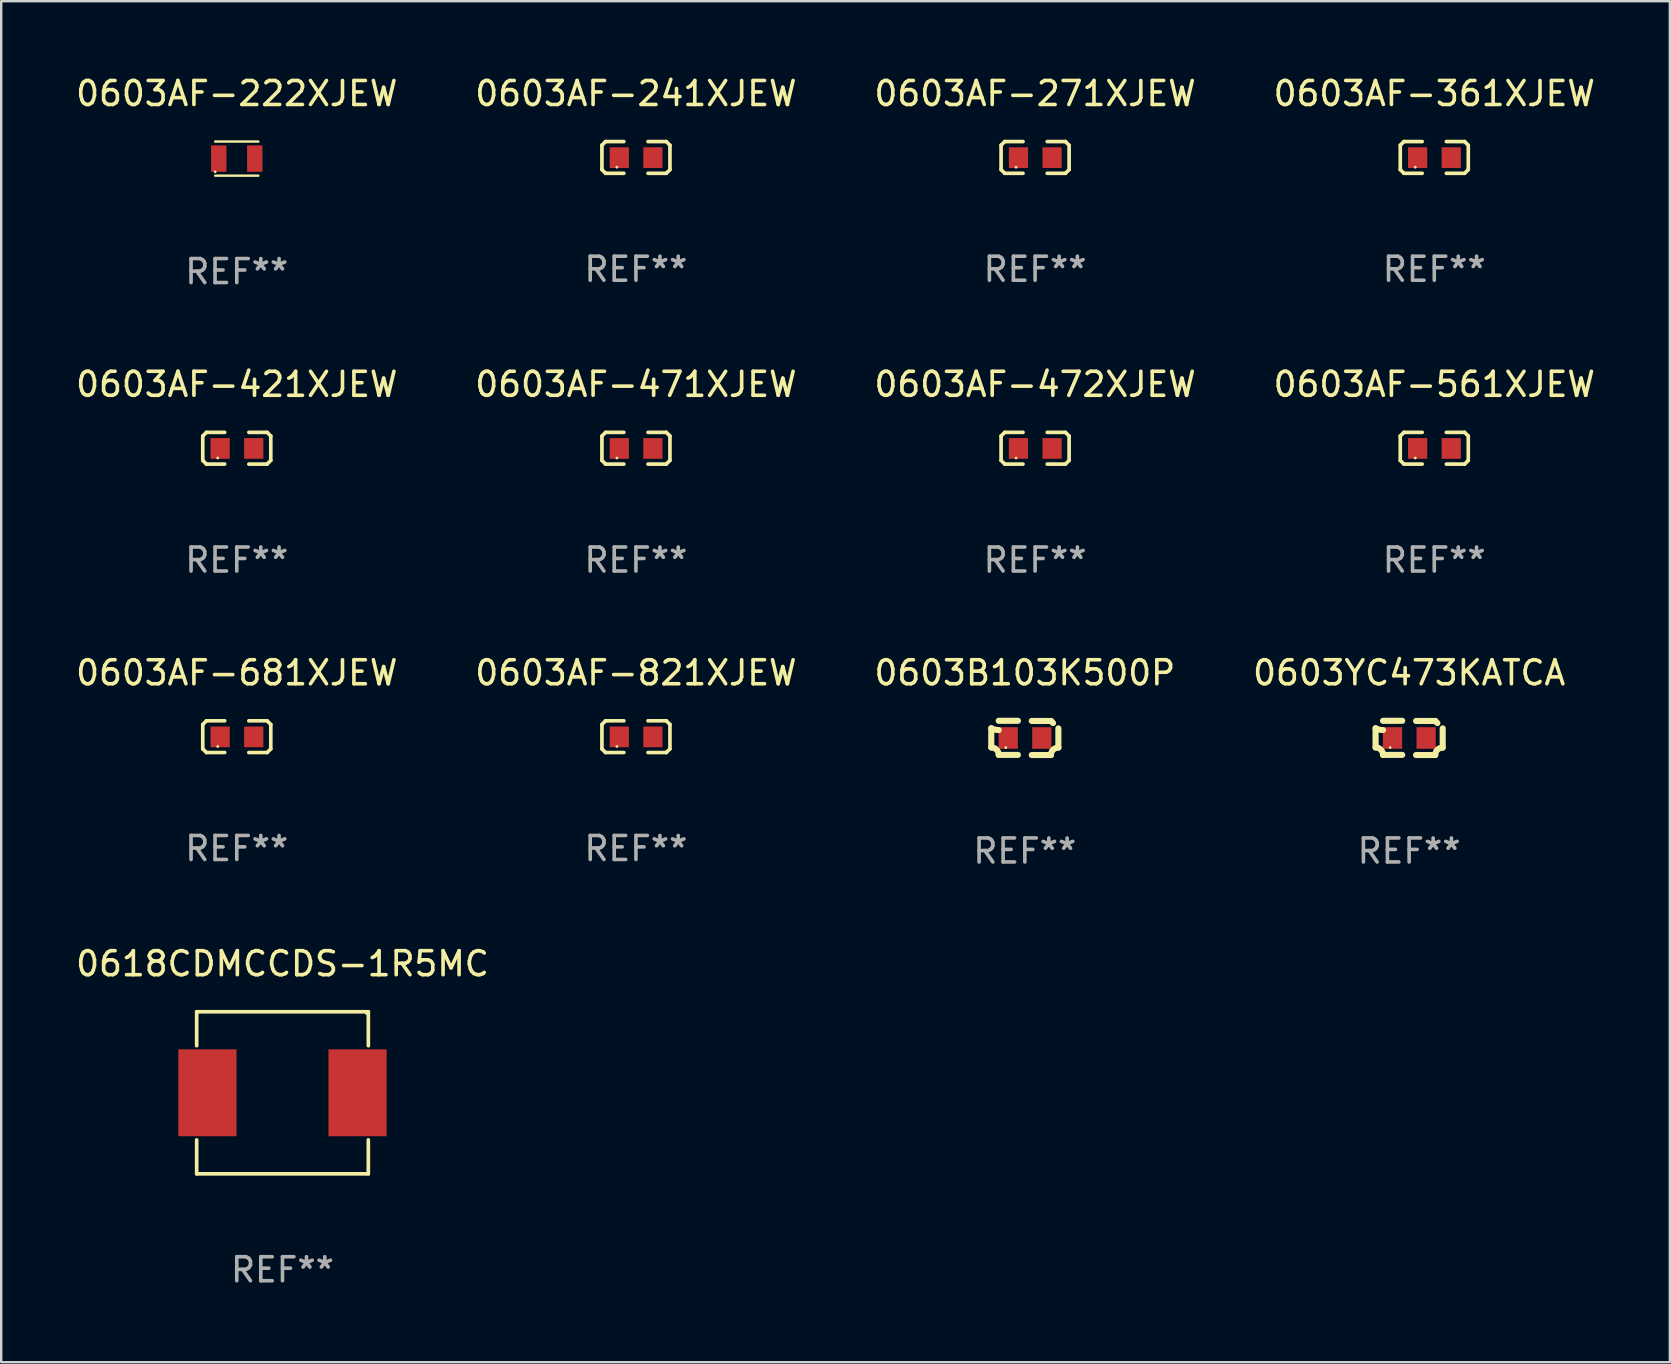
<source format=kicad_pcb>
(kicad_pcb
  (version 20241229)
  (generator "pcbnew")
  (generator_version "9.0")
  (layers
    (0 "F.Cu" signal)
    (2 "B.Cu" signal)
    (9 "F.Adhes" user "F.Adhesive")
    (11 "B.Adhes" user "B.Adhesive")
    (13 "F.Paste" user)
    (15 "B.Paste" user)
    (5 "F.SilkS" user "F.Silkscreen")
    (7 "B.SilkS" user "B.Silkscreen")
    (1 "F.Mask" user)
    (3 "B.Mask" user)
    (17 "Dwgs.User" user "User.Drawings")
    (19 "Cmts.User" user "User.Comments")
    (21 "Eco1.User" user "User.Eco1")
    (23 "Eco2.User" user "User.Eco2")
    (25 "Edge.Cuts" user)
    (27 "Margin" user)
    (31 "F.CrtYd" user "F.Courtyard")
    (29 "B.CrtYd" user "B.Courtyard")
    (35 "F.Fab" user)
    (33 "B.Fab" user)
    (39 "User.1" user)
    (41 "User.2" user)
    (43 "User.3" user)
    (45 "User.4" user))
  (footprint "0603YC473KATCA"
    (layer "F.Cu")
    (at 55.661 27.695)
    (property "Reference" "0603YC473KATCA" (at 0 -2.713 0) (layer "F.SilkS") (effects (font (size 1 1) (thickness 0.15))))
    (attr through_hole)
    (fp_line (start -1.398 -0.403) (end -1.398 0.397) (stroke (width 0.254) (type solid)) (layer "F.SilkS"))
    (fp_line (start -0.288 -0.713) (end -1.088 -0.713) (stroke (width 0.254) (type solid)) (layer "F.SilkS"))
    (fp_line (start -0.288 0.707) (end -1.088 0.707) (stroke (width 0.254) (type solid)) (layer "F.SilkS"))
    (fp_line (start 0.288 -0.707) (end 1.088 -0.707) (stroke (width 0.254) (type solid)) (layer "F.SilkS"))
    (fp_line (start 0.288 0.713) (end 1.088 0.713) (stroke (width 0.254) (type solid)) (layer "F.SilkS"))
    (fp_line (start 1.398 -0.397) (end 1.398 0.403) (stroke (width 0.254) (type solid)) (layer "F.SilkS"))
    (fp_arc (start -1.397789 0.397066) (mid -1.178701 0.487826) (end -1.08796 0.706922) (stroke (width 0.254001) (type solid)) (layer "F.SilkS"))
    (fp_arc (start -1.08796 -0.327176) (mid -1.247436 -0.346384) (end -1.39779 -0.402908) (stroke (width 0.254001) (type solid)) (layer "F.SilkS"))
    (fp_arc (start 1.087909 0.712738) (mid 1.178656 0.493655) (end 1.397739 0.402908) (stroke (width 0.254001) (type solid)) (layer "F.SilkS"))
    (fp_arc (start 1.175925 -0.618926) (mid 1.131917 -0.662923) (end 1.08791 -0.706922) (stroke (width 0.254001) (type solid)) (layer "F.SilkS"))
    (fp_circle (center -0.792 0.403) (end -0.762 0.403) (stroke (width 0.06) (type solid)) (fill no) (layer "F.SilkS"))
    (fp_text user "REF**" (at 0 4.713 0) (layer "F.Fab") (effects (font (size 1 1) (thickness 0.15))))
    (pad "1" smd rect (at -0.692 0.003) (size 0.8 0.9) (layers "F.Cu" "F.Mask" "F.Paste"))
    (pad "2" smd rect (at 0.708 0.003) (size 0.8 0.9) (layers "F.Cu" "F.Mask" "F.Paste")))
  (footprint "0603AF-222XJEW"
    (layer "F.Cu")
    (at 6.815 3.558)
    (property "Reference" "0603AF-222XJEW" (at 0 -2.71 0) (layer "F.SilkS") (effects (font (size 1 1) (thickness 0.15))))
    (attr through_hole)
    (fp_line (start -0.9 -0.71) (end 0.9 -0.71) (stroke (width 0.1) (type solid)) (layer "F.SilkS"))
    (fp_line (start 0.9 0.71) (end -0.9 0.71) (stroke (width 0.1) (type solid)) (layer "F.SilkS"))
    (fp_circle (center -0.9 0.55) (end -0.87 0.55) (stroke (width 0.06) (type solid)) (fill no) (layer "F.SilkS"))
    (fp_text user "REF**" (at 0 4.71 0) (layer "F.Fab") (effects (font (size 1 1) (thickness 0.15))))
    (pad "1" smd rect (at -0.75 0) (size 0.64 1.1) (layers "F.Cu" "F.Mask" "F.Paste"))
    (pad "2" smd rect (at 0.75 0) (size 0.64 1.1) (layers "F.Cu" "F.Mask" "F.Paste")))
  (footprint "0603AF-472XJEW"
    (layer "F.Cu")
    (at 40.077 15.625)
    (property "Reference" "0603AF-472XJEW" (at 0 -2.661 0) (layer "F.SilkS") (effects (font (size 1 1) (thickness 0.15))))
    (attr through_hole)
    (fp_line (start -1.417 -0.508) (end -1.265 -0.661) (stroke (width 0.152) (type solid)) (layer "F.SilkS"))
    (fp_line (start -1.417 0.508) (end -1.417 -0.508) (stroke (width 0.152) (type solid)) (layer "F.SilkS"))
    (fp_line (start -1.265 -0.661) (end -0.503 -0.661) (stroke (width 0.152) (type solid)) (layer "F.SilkS"))
    (fp_line (start -1.265 0.661) (end -1.417 0.508) (stroke (width 0.152) (type solid)) (layer "F.SilkS"))
    (fp_line (start -1.265 0.661) (end -0.503 0.661) (stroke (width 0.152) (type solid)) (layer "F.SilkS"))
    (fp_line (start 1.265 -0.661) (end 0.503 -0.661) (stroke (width 0.152) (type solid)) (layer "F.SilkS"))
    (fp_line (start 1.265 -0.661) (end 1.417 -0.508) (stroke (width 0.152) (type solid)) (layer "F.SilkS"))
    (fp_line (start 1.265 0.661) (end 0.503 0.661) (stroke (width 0.152) (type solid)) (layer "F.SilkS"))
    (fp_line (start 1.417 -0.508) (end 1.417 0.508) (stroke (width 0.152) (type solid)) (layer "F.SilkS"))
    (fp_line (start 1.417 0.508) (end 1.265 0.661) (stroke (width 0.152) (type solid)) (layer "F.SilkS"))
    (fp_circle (center -0.793 0.409) (end -0.763 0.409) (stroke (width 0.06) (type solid)) (fill no) (layer "F.SilkS"))
    (fp_text user "REF**" (at 0 4.661 0) (layer "F.Fab") (effects (font (size 1 1) (thickness 0.15))))
    (pad "1" smd rect (at -0.693 0.009 180) (size 0.8 0.864) (layers "F.Cu" "F.Mask" "F.Paste"))
    (pad "2" smd rect (at 0.707 0.009 180) (size 0.8 0.864) (layers "F.Cu" "F.Mask" "F.Paste")))
  (footprint "0603AF-471XJEW"
    (layer "F.Cu")
    (at 23.446 15.625)
    (property "Reference" "0603AF-471XJEW" (at 0 -2.661 0) (layer "F.SilkS") (effects (font (size 1 1) (thickness 0.15))))
    (attr through_hole)
    (fp_line (start -1.417 -0.508) (end -1.265 -0.661) (stroke (width 0.152) (type solid)) (layer "F.SilkS"))
    (fp_line (start -1.417 0.508) (end -1.417 -0.508) (stroke (width 0.152) (type solid)) (layer "F.SilkS"))
    (fp_line (start -1.265 -0.661) (end -0.503 -0.661) (stroke (width 0.152) (type solid)) (layer "F.SilkS"))
    (fp_line (start -1.265 0.661) (end -1.417 0.508) (stroke (width 0.152) (type solid)) (layer "F.SilkS"))
    (fp_line (start -1.265 0.661) (end -0.503 0.661) (stroke (width 0.152) (type solid)) (layer "F.SilkS"))
    (fp_line (start 1.265 -0.661) (end 0.503 -0.661) (stroke (width 0.152) (type solid)) (layer "F.SilkS"))
    (fp_line (start 1.265 -0.661) (end 1.417 -0.508) (stroke (width 0.152) (type solid)) (layer "F.SilkS"))
    (fp_line (start 1.265 0.661) (end 0.503 0.661) (stroke (width 0.152) (type solid)) (layer "F.SilkS"))
    (fp_line (start 1.417 -0.508) (end 1.417 0.508) (stroke (width 0.152) (type solid)) (layer "F.SilkS"))
    (fp_line (start 1.417 0.508) (end 1.265 0.661) (stroke (width 0.152) (type solid)) (layer "F.SilkS"))
    (fp_circle (center -0.793 0.409) (end -0.763 0.409) (stroke (width 0.06) (type solid)) (fill no) (layer "F.SilkS"))
    (fp_text user "REF**" (at 0 4.661 0) (layer "F.Fab") (effects (font (size 1 1) (thickness 0.15))))
    (pad "1" smd rect (at -0.693 0.009 180) (size 0.8 0.864) (layers "F.Cu" "F.Mask" "F.Paste"))
    (pad "2" smd rect (at 0.707 0.009 180) (size 0.8 0.864) (layers "F.Cu" "F.Mask" "F.Paste")))
  (footprint "0618CDMCCDS-1R5MC"
    (layer "F.Cu")
    (at 8.72 42.481)
    (property "Reference" "0618CDMCCDS-1R5MC" (at 0 -5.376 0) (layer "F.SilkS") (effects (font (size 1 1) (thickness 0.15))))
    (attr through_hole)
    (fp_line (start -3.576 -3.376) (end 3.576 -3.376) (stroke (width 0.152) (type solid)) (layer "F.SilkS"))
    (fp_line (start -3.576 -1.962) (end -3.576 -3.376) (stroke (width 0.152) (type solid)) (layer "F.SilkS"))
    (fp_line (start -3.576 1.962) (end -3.576 3.376) (stroke (width 0.152) (type solid)) (layer "F.SilkS"))
    (fp_line (start -3.576 3.376) (end 3.576 3.376) (stroke (width 0.152) (type solid)) (layer "F.SilkS"))
    (fp_line (start 3.576 -3.376) (end 3.576 -1.962) (stroke (width 0.152) (type solid)) (layer "F.SilkS"))
    (fp_line (start 3.576 3.376) (end 3.576 1.962) (stroke (width 0.152) (type solid)) (layer "F.SilkS"))
    (fp_circle (center 3.5 -3.3) (end 3.53 -3.3) (stroke (width 0.06) (type solid)) (fill no) (layer "F.SilkS"))
    (fp_text user "REF**" (at 0 7.376 0) (layer "F.Fab") (effects (font (size 1 1) (thickness 0.15))))
    (pad "1" smd rect (at 3.128 0) (size 2.424 3.62) (layers "F.Cu" "F.Mask" "F.Paste"))
    (pad "2" smd rect (at -3.128 0) (size 2.424 3.62) (layers "F.Cu" "F.Mask" "F.Paste")))
  (footprint "0603AF-241XJEW"
    (layer "F.Cu")
    (at 23.446 3.509)
    (property "Reference" "0603AF-241XJEW" (at 0 -2.661 0) (layer "F.SilkS") (effects (font (size 1 1) (thickness 0.15))))
    (attr through_hole)
    (fp_line (start -1.417 -0.508) (end -1.265 -0.661) (stroke (width 0.152) (type solid)) (layer "F.SilkS"))
    (fp_line (start -1.417 0.508) (end -1.417 -0.508) (stroke (width 0.152) (type solid)) (layer "F.SilkS"))
    (fp_line (start -1.265 -0.661) (end -0.503 -0.661) (stroke (width 0.152) (type solid)) (layer "F.SilkS"))
    (fp_line (start -1.265 0.661) (end -1.417 0.508) (stroke (width 0.152) (type solid)) (layer "F.SilkS"))
    (fp_line (start -1.265 0.661) (end -0.503 0.661) (stroke (width 0.152) (type solid)) (layer "F.SilkS"))
    (fp_line (start 1.265 -0.661) (end 0.503 -0.661) (stroke (width 0.152) (type solid)) (layer "F.SilkS"))
    (fp_line (start 1.265 -0.661) (end 1.417 -0.508) (stroke (width 0.152) (type solid)) (layer "F.SilkS"))
    (fp_line (start 1.265 0.661) (end 0.503 0.661) (stroke (width 0.152) (type solid)) (layer "F.SilkS"))
    (fp_line (start 1.417 -0.508) (end 1.417 0.508) (stroke (width 0.152) (type solid)) (layer "F.SilkS"))
    (fp_line (start 1.417 0.508) (end 1.265 0.661) (stroke (width 0.152) (type solid)) (layer "F.SilkS"))
    (fp_circle (center -0.793 0.409) (end -0.763 0.409) (stroke (width 0.06) (type solid)) (fill no) (layer "F.SilkS"))
    (fp_text user "REF**" (at 0 4.661 0) (layer "F.Fab") (effects (font (size 1 1) (thickness 0.15))))
    (pad "1" smd rect (at -0.693 0.009 180) (size 0.8 0.864) (layers "F.Cu" "F.Mask" "F.Paste"))
    (pad "2" smd rect (at 0.707 0.009 180) (size 0.8 0.864) (layers "F.Cu" "F.Mask" "F.Paste")))
  (footprint "0603AF-821XJEW"
    (layer "F.Cu")
    (at 23.446 27.643)
    (property "Reference" "0603AF-821XJEW" (at 0 -2.661 0) (layer "F.SilkS") (effects (font (size 1 1) (thickness 0.15))))
    (attr through_hole)
    (fp_line (start -1.417 -0.508) (end -1.265 -0.661) (stroke (width 0.152) (type solid)) (layer "F.SilkS"))
    (fp_line (start -1.417 0.508) (end -1.417 -0.508) (stroke (width 0.152) (type solid)) (layer "F.SilkS"))
    (fp_line (start -1.265 -0.661) (end -0.503 -0.661) (stroke (width 0.152) (type solid)) (layer "F.SilkS"))
    (fp_line (start -1.265 0.661) (end -1.417 0.508) (stroke (width 0.152) (type solid)) (layer "F.SilkS"))
    (fp_line (start -1.265 0.661) (end -0.503 0.661) (stroke (width 0.152) (type solid)) (layer "F.SilkS"))
    (fp_line (start 1.265 -0.661) (end 0.503 -0.661) (stroke (width 0.152) (type solid)) (layer "F.SilkS"))
    (fp_line (start 1.265 -0.661) (end 1.417 -0.508) (stroke (width 0.152) (type solid)) (layer "F.SilkS"))
    (fp_line (start 1.265 0.661) (end 0.503 0.661) (stroke (width 0.152) (type solid)) (layer "F.SilkS"))
    (fp_line (start 1.417 -0.508) (end 1.417 0.508) (stroke (width 0.152) (type solid)) (layer "F.SilkS"))
    (fp_line (start 1.417 0.508) (end 1.265 0.661) (stroke (width 0.152) (type solid)) (layer "F.SilkS"))
    (fp_circle (center -0.793 0.409) (end -0.763 0.409) (stroke (width 0.06) (type solid)) (fill no) (layer "F.SilkS"))
    (fp_text user "REF**" (at 0 4.661 0) (layer "F.Fab") (effects (font (size 1 1) (thickness 0.15))))
    (pad "1" smd rect (at -0.693 0.009 180) (size 0.8 0.864) (layers "F.Cu" "F.Mask" "F.Paste"))
    (pad "2" smd rect (at 0.707 0.009 180) (size 0.8 0.864) (layers "F.Cu" "F.Mask" "F.Paste")))
  (footprint "0603AF-561XJEW"
    (layer "F.Cu")
    (at 56.708 15.625)
    (property "Reference" "0603AF-561XJEW" (at 0 -2.661 0) (layer "F.SilkS") (effects (font (size 1 1) (thickness 0.15))))
    (attr through_hole)
    (fp_line (start -1.417 -0.508) (end -1.265 -0.661) (stroke (width 0.152) (type solid)) (layer "F.SilkS"))
    (fp_line (start -1.417 0.508) (end -1.417 -0.508) (stroke (width 0.152) (type solid)) (layer "F.SilkS"))
    (fp_line (start -1.265 -0.661) (end -0.503 -0.661) (stroke (width 0.152) (type solid)) (layer "F.SilkS"))
    (fp_line (start -1.265 0.661) (end -1.417 0.508) (stroke (width 0.152) (type solid)) (layer "F.SilkS"))
    (fp_line (start -1.265 0.661) (end -0.503 0.661) (stroke (width 0.152) (type solid)) (layer "F.SilkS"))
    (fp_line (start 1.265 -0.661) (end 0.503 -0.661) (stroke (width 0.152) (type solid)) (layer "F.SilkS"))
    (fp_line (start 1.265 -0.661) (end 1.417 -0.508) (stroke (width 0.152) (type solid)) (layer "F.SilkS"))
    (fp_line (start 1.265 0.661) (end 0.503 0.661) (stroke (width 0.152) (type solid)) (layer "F.SilkS"))
    (fp_line (start 1.417 -0.508) (end 1.417 0.508) (stroke (width 0.152) (type solid)) (layer "F.SilkS"))
    (fp_line (start 1.417 0.508) (end 1.265 0.661) (stroke (width 0.152) (type solid)) (layer "F.SilkS"))
    (fp_circle (center -0.793 0.409) (end -0.763 0.409) (stroke (width 0.06) (type solid)) (fill no) (layer "F.SilkS"))
    (fp_text user "REF**" (at 0 4.661 0) (layer "F.Fab") (effects (font (size 1 1) (thickness 0.15))))
    (pad "1" smd rect (at -0.693 0.009 180) (size 0.8 0.864) (layers "F.Cu" "F.Mask" "F.Paste"))
    (pad "2" smd rect (at 0.707 0.009 180) (size 0.8 0.864) (layers "F.Cu" "F.Mask" "F.Paste")))
  (footprint "0603AF-361XJEW"
    (layer "F.Cu")
    (at 56.708 3.509)
    (property "Reference" "0603AF-361XJEW" (at 0 -2.661 0) (layer "F.SilkS") (effects (font (size 1 1) (thickness 0.15))))
    (attr through_hole)
    (fp_line (start -1.417 -0.508) (end -1.265 -0.661) (stroke (width 0.152) (type solid)) (layer "F.SilkS"))
    (fp_line (start -1.417 0.508) (end -1.417 -0.508) (stroke (width 0.152) (type solid)) (layer "F.SilkS"))
    (fp_line (start -1.265 -0.661) (end -0.503 -0.661) (stroke (width 0.152) (type solid)) (layer "F.SilkS"))
    (fp_line (start -1.265 0.661) (end -1.417 0.508) (stroke (width 0.152) (type solid)) (layer "F.SilkS"))
    (fp_line (start -1.265 0.661) (end -0.503 0.661) (stroke (width 0.152) (type solid)) (layer "F.SilkS"))
    (fp_line (start 1.265 -0.661) (end 0.503 -0.661) (stroke (width 0.152) (type solid)) (layer "F.SilkS"))
    (fp_line (start 1.265 -0.661) (end 1.417 -0.508) (stroke (width 0.152) (type solid)) (layer "F.SilkS"))
    (fp_line (start 1.265 0.661) (end 0.503 0.661) (stroke (width 0.152) (type solid)) (layer "F.SilkS"))
    (fp_line (start 1.417 -0.508) (end 1.417 0.508) (stroke (width 0.152) (type solid)) (layer "F.SilkS"))
    (fp_line (start 1.417 0.508) (end 1.265 0.661) (stroke (width 0.152) (type solid)) (layer "F.SilkS"))
    (fp_circle (center -0.793 0.409) (end -0.763 0.409) (stroke (width 0.06) (type solid)) (fill no) (layer "F.SilkS"))
    (fp_text user "REF**" (at 0 4.661 0) (layer "F.Fab") (effects (font (size 1 1) (thickness 0.15))))
    (pad "1" smd rect (at -0.693 0.009 180) (size 0.8 0.864) (layers "F.Cu" "F.Mask" "F.Paste"))
    (pad "2" smd rect (at 0.707 0.009 180) (size 0.8 0.864) (layers "F.Cu" "F.Mask" "F.Paste")))
  (footprint "0603AF-271XJEW"
    (layer "F.Cu")
    (at 40.077 3.509)
    (property "Reference" "0603AF-271XJEW" (at 0 -2.661 0) (layer "F.SilkS") (effects (font (size 1 1) (thickness 0.15))))
    (attr through_hole)
    (fp_line (start -1.417 -0.508) (end -1.265 -0.661) (stroke (width 0.152) (type solid)) (layer "F.SilkS"))
    (fp_line (start -1.417 0.508) (end -1.417 -0.508) (stroke (width 0.152) (type solid)) (layer "F.SilkS"))
    (fp_line (start -1.265 -0.661) (end -0.503 -0.661) (stroke (width 0.152) (type solid)) (layer "F.SilkS"))
    (fp_line (start -1.265 0.661) (end -1.417 0.508) (stroke (width 0.152) (type solid)) (layer "F.SilkS"))
    (fp_line (start -1.265 0.661) (end -0.503 0.661) (stroke (width 0.152) (type solid)) (layer "F.SilkS"))
    (fp_line (start 1.265 -0.661) (end 0.503 -0.661) (stroke (width 0.152) (type solid)) (layer "F.SilkS"))
    (fp_line (start 1.265 -0.661) (end 1.417 -0.508) (stroke (width 0.152) (type solid)) (layer "F.SilkS"))
    (fp_line (start 1.265 0.661) (end 0.503 0.661) (stroke (width 0.152) (type solid)) (layer "F.SilkS"))
    (fp_line (start 1.417 -0.508) (end 1.417 0.508) (stroke (width 0.152) (type solid)) (layer "F.SilkS"))
    (fp_line (start 1.417 0.508) (end 1.265 0.661) (stroke (width 0.152) (type solid)) (layer "F.SilkS"))
    (fp_circle (center -0.793 0.409) (end -0.763 0.409) (stroke (width 0.06) (type solid)) (fill no) (layer "F.SilkS"))
    (fp_text user "REF**" (at 0 4.661 0) (layer "F.Fab") (effects (font (size 1 1) (thickness 0.15))))
    (pad "1" smd rect (at -0.693 0.009 180) (size 0.8 0.864) (layers "F.Cu" "F.Mask" "F.Paste"))
    (pad "2" smd rect (at 0.707 0.009 180) (size 0.8 0.864) (layers "F.Cu" "F.Mask" "F.Paste")))
  (footprint "0603B103K500P"
    (layer "F.Cu")
    (at 39.649 27.695)
    (property "Reference" "0603B103K500P" (at 0 -2.713 0) (layer "F.SilkS") (effects (font (size 1 1) (thickness 0.15))))
    (attr through_hole)
    (fp_line (start -1.398 -0.403) (end -1.398 0.397) (stroke (width 0.254) (type solid)) (layer "F.SilkS"))
    (fp_line (start -0.288 -0.713) (end -1.088 -0.713) (stroke (width 0.254) (type solid)) (layer "F.SilkS"))
    (fp_line (start -0.288 0.707) (end -1.088 0.707) (stroke (width 0.254) (type solid)) (layer "F.SilkS"))
    (fp_line (start 0.288 -0.707) (end 1.088 -0.707) (stroke (width 0.254) (type solid)) (layer "F.SilkS"))
    (fp_line (start 0.288 0.713) (end 1.088 0.713) (stroke (width 0.254) (type solid)) (layer "F.SilkS"))
    (fp_line (start 1.398 -0.397) (end 1.398 0.403) (stroke (width 0.254) (type solid)) (layer "F.SilkS"))
    (fp_arc (start -1.397789 0.397066) (mid -1.178701 0.487826) (end -1.08796 0.706922) (stroke (width 0.254001) (type solid)) (layer "F.SilkS"))
    (fp_arc (start -1.08796 -0.327176) (mid -1.247436 -0.346384) (end -1.39779 -0.402908) (stroke (width 0.254001) (type solid)) (layer "F.SilkS"))
    (fp_arc (start 1.087909 0.712738) (mid 1.178656 0.493655) (end 1.397739 0.402908) (stroke (width 0.254001) (type solid)) (layer "F.SilkS"))
    (fp_arc (start 1.175925 -0.618926) (mid 1.131917 -0.662923) (end 1.08791 -0.706922) (stroke (width 0.254001) (type solid)) (layer "F.SilkS"))
    (fp_circle (center -0.792 0.403) (end -0.762 0.403) (stroke (width 0.06) (type solid)) (fill no) (layer "F.SilkS"))
    (fp_text user "REF**" (at 0 4.713 0) (layer "F.Fab") (effects (font (size 1 1) (thickness 0.15))))
    (pad "1" smd rect (at -0.692 0.003) (size 0.8 0.9) (layers "F.Cu" "F.Mask" "F.Paste"))
    (pad "2" smd rect (at 0.708 0.003) (size 0.8 0.9) (layers "F.Cu" "F.Mask" "F.Paste")))
  (footprint "0603AF-681XJEW"
    (layer "F.Cu")
    (at 6.815 27.643)
    (property "Reference" "0603AF-681XJEW" (at 0 -2.661 0) (layer "F.SilkS") (effects (font (size 1 1) (thickness 0.15))))
    (attr through_hole)
    (fp_line (start -1.417 -0.508) (end -1.265 -0.661) (stroke (width 0.152) (type solid)) (layer "F.SilkS"))
    (fp_line (start -1.417 0.508) (end -1.417 -0.508) (stroke (width 0.152) (type solid)) (layer "F.SilkS"))
    (fp_line (start -1.265 -0.661) (end -0.503 -0.661) (stroke (width 0.152) (type solid)) (layer "F.SilkS"))
    (fp_line (start -1.265 0.661) (end -1.417 0.508) (stroke (width 0.152) (type solid)) (layer "F.SilkS"))
    (fp_line (start -1.265 0.661) (end -0.503 0.661) (stroke (width 0.152) (type solid)) (layer "F.SilkS"))
    (fp_line (start 1.265 -0.661) (end 0.503 -0.661) (stroke (width 0.152) (type solid)) (layer "F.SilkS"))
    (fp_line (start 1.265 -0.661) (end 1.417 -0.508) (stroke (width 0.152) (type solid)) (layer "F.SilkS"))
    (fp_line (start 1.265 0.661) (end 0.503 0.661) (stroke (width 0.152) (type solid)) (layer "F.SilkS"))
    (fp_line (start 1.417 -0.508) (end 1.417 0.508) (stroke (width 0.152) (type solid)) (layer "F.SilkS"))
    (fp_line (start 1.417 0.508) (end 1.265 0.661) (stroke (width 0.152) (type solid)) (layer "F.SilkS"))
    (fp_circle (center -0.793 0.409) (end -0.763 0.409) (stroke (width 0.06) (type solid)) (fill no) (layer "F.SilkS"))
    (fp_text user "REF**" (at 0 4.661 0) (layer "F.Fab") (effects (font (size 1 1) (thickness 0.15))))
    (pad "1" smd rect (at -0.693 0.009 180) (size 0.8 0.864) (layers "F.Cu" "F.Mask" "F.Paste"))
    (pad "2" smd rect (at 0.707 0.009 180) (size 0.8 0.864) (layers "F.Cu" "F.Mask" "F.Paste")))
  (footprint "0603AF-421XJEW"
    (layer "F.Cu")
    (at 6.815 15.625)
    (property "Reference" "0603AF-421XJEW" (at 0 -2.661 0) (layer "F.SilkS") (effects (font (size 1 1) (thickness 0.15))))
    (attr through_hole)
    (fp_line (start -1.417 -0.508) (end -1.265 -0.661) (stroke (width 0.152) (type solid)) (layer "F.SilkS"))
    (fp_line (start -1.417 0.508) (end -1.417 -0.508) (stroke (width 0.152) (type solid)) (layer "F.SilkS"))
    (fp_line (start -1.265 -0.661) (end -0.503 -0.661) (stroke (width 0.152) (type solid)) (layer "F.SilkS"))
    (fp_line (start -1.265 0.661) (end -1.417 0.508) (stroke (width 0.152) (type solid)) (layer "F.SilkS"))
    (fp_line (start -1.265 0.661) (end -0.503 0.661) (stroke (width 0.152) (type solid)) (layer "F.SilkS"))
    (fp_line (start 1.265 -0.661) (end 0.503 -0.661) (stroke (width 0.152) (type solid)) (layer "F.SilkS"))
    (fp_line (start 1.265 -0.661) (end 1.417 -0.508) (stroke (width 0.152) (type solid)) (layer "F.SilkS"))
    (fp_line (start 1.265 0.661) (end 0.503 0.661) (stroke (width 0.152) (type solid)) (layer "F.SilkS"))
    (fp_line (start 1.417 -0.508) (end 1.417 0.508) (stroke (width 0.152) (type solid)) (layer "F.SilkS"))
    (fp_line (start 1.417 0.508) (end 1.265 0.661) (stroke (width 0.152) (type solid)) (layer "F.SilkS"))
    (fp_circle (center -0.793 0.409) (end -0.763 0.409) (stroke (width 0.06) (type solid)) (fill no) (layer "F.SilkS"))
    (fp_text user "REF**" (at 0 4.661 0) (layer "F.Fab") (effects (font (size 1 1) (thickness 0.15))))
    (pad "1" smd rect (at -0.693 0.009 180) (size 0.8 0.864) (layers "F.Cu" "F.Mask" "F.Paste"))
    (pad "2" smd rect (at 0.707 0.009 180) (size 0.8 0.864) (layers "F.Cu" "F.Mask" "F.Paste")))
  (gr_rect
    (start -3 -3)
    (end 66.524 53.705)
    (stroke (width 0.1) (type default))
    (fill no)
    (layer "Edge.Cuts")))
</source>
